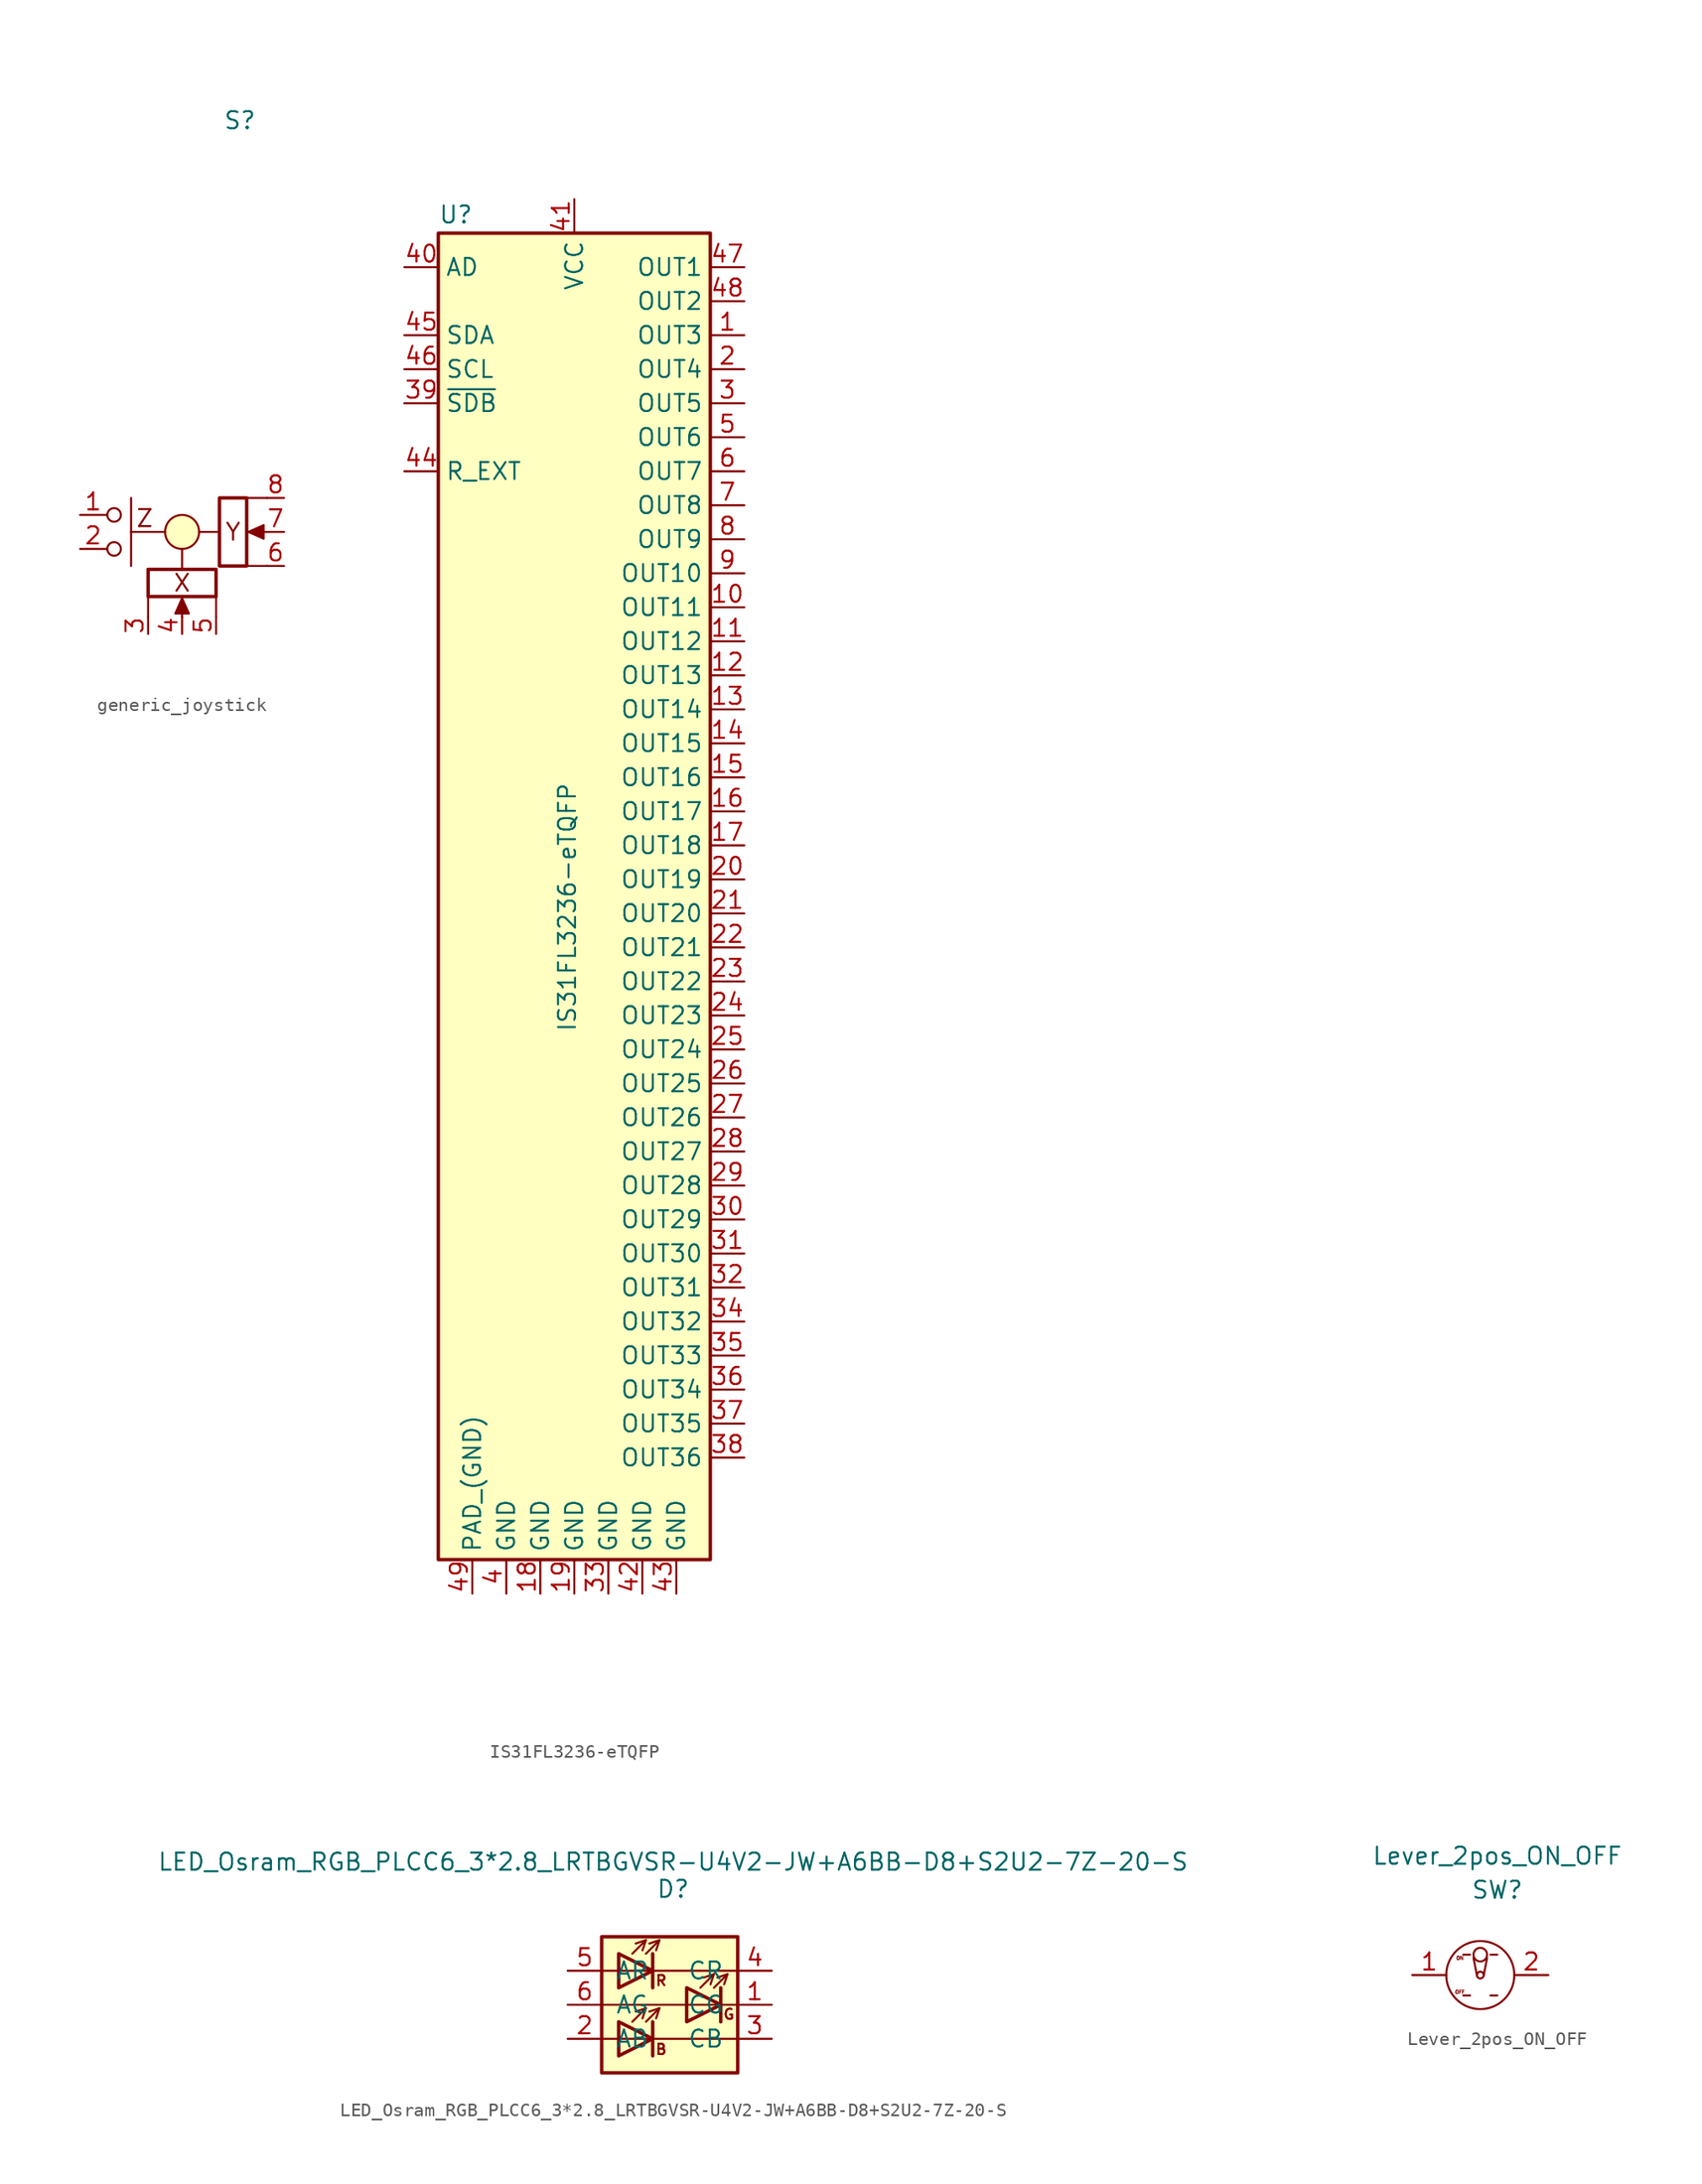
<source format=kicad_sym>
(kicad_symbol_lib
  (version 20231120)
  (generator "kicad_symbol_editor")
  (generator_version "8.0")
  (symbol "generic_joystick"
    (property "Reference" "S"
      (at 4.318 30.734 0)
      (effects (font (size 1.27 1.27))))
    (property "Value" ""
      (at 0 0 0)
      (effects (font (size 1.27 1.27))))
    (symbol "generic_joystick_0_1"
      (circle (center -5.08 -1.27) (radius 0.508) (stroke (width 0) (type default)) (fill (type none)))
      (circle (center -5.08 1.27) (radius 0.508) (stroke (width 0) (type default)) (fill (type none)))
      (rectangle (start -2.54 -2.794) (end 2.54 -4.826) (stroke (width 0.254) (type default)) (fill (type none)))
      (polyline (pts (xy -3.81 -2.54) (xy -3.81 2.54)) (stroke (width 0) (type default)) (fill (type none)))
      (polyline (pts (xy -3.81 0) (xy -1.27 0)) (stroke (width 0) (type default)) (fill (type none)))
      (polyline (pts (xy -2.54 -6.35) (xy -2.54 -3.81)) (stroke (width 0) (type default)) (fill (type none)))
      (polyline (pts (xy 0 -6.35) (xy 0 -5.334)) (stroke (width 0) (type default)) (fill (type none)))
      (polyline (pts (xy 2.54 -6.35) (xy 2.54 -3.81)) (stroke (width 0) (type default)) (fill (type none)))
      (polyline (pts (xy 6.35 -2.54) (xy 3.81 -2.54)) (stroke (width 0) (type default)) (fill (type none)))
      (polyline (pts (xy 6.35 0) (xy 5.334 0)) (stroke (width 0) (type default)) (fill (type none)))
      (polyline (pts (xy 6.35 2.54) (xy 3.81 2.54)) (stroke (width 0) (type default)) (fill (type none)))
      (polyline (pts (xy 0 -4.953) (xy 0.508 -6.096) (xy -0.508 -6.096) (xy 0 -4.953)) (stroke (width 0) (type default)) (fill (type outline)))
      (polyline (pts (xy 4.953 0) (xy 6.096 0.508) (xy 6.096 -0.508) (xy 4.953 0)) (stroke (width 0) (type default)) (fill (type outline)))
      (rectangle (start 4.826 2.54) (end 2.794 -2.54) (stroke (width 0.254) (type default)) (fill (type none))))
    (symbol "generic_joystick_1_1"
      (polyline (pts (xy 0 -1.27) (xy 0 -2.794)) (stroke (width 0) (type default)) (fill (type none)))
      (polyline (pts (xy 1.27 0) (xy 2.794 0)) (stroke (width 0) (type default)) (fill (type none)))
      (circle (center 0 0) (radius 1.27) (stroke (width 0) (type default)) (fill (type background)))
      (text "X" (at 0 -3.81 0) (effects (font (size 1.27 1.27))))
      (text "Y" (at 3.81 0 0) (effects (font (size 1.27 1.27))))
      (text "Z" (at -2.794 1.016 0) (effects (font (size 1.27 1.27))))
      (pin passive line (at -7.62 1.27 0) (length 1.95) (name "" (effects (font (size 1.27 1.27)))) (number "1" (effects (font (size 1.27 1.27)))))
      (pin passive line (at -7.62 -1.27 0) (length 1.95) (name "" (effects (font (size 1.27 1.27)))) (number "2" (effects (font (size 1.27 1.27)))))
      (pin passive line (at -2.54 -7.62 90) (length 1.27) (name "" (effects (font (size 1.27 1.27)))) (number "3" (effects (font (size 1.27 1.27)))))
      (pin passive line (at 0 -7.62 90) (length 1.27) (name "" (effects (font (size 1.27 1.27)))) (number "4" (effects (font (size 1.27 1.27)))))
      (pin passive line (at 2.54 -7.62 90) (length 1.27) (name "" (effects (font (size 1.27 1.27)))) (number "5" (effects (font (size 1.27 1.27)))))
      (pin passive line (at 7.62 -2.54 180) (length 1.27) (name "" (effects (font (size 1.27 1.27)))) (number "6" (effects (font (size 1.27 1.27)))))
      (pin passive line (at 7.62 0 180) (length 1.27) (name "" (effects (font (size 1.27 1.27)))) (number "7" (effects (font (size 1.27 1.27)))))
      (pin passive line (at 7.62 2.54 180) (length 1.27) (name "" (effects (font (size 1.27 1.27)))) (number "8" (effects (font (size 1.27 1.27)))))))
  (symbol "IS31FL3236-eTQFP"
    (property "Reference" "U"
      (at -10.16 26.035 0)
      (effects (font (size 1.27 1.27)) (justify left bottom)))
    (property "Value" "IS31FL3236-eTQFP"
      (at -1.27 -34.29 90)
      (effects (font (size 1.27 1.27)) (justify left top)))
    (symbol "IS31FL3236-eTQFP_0_1"
      (rectangle (start -10.16 25.4) (end 10.16 -73.66) (stroke (width 0.254) (type default)) (fill (type background))))
    (symbol "IS31FL3236-eTQFP_1_1"
      (pin open_collector line (at 12.7 17.78 180) (length 2.54) (name "OUT3" (effects (font (size 1.27 1.27)))) (number "1" (effects (font (size 1.27 1.27)))))
      (pin open_collector line (at 12.7 -2.54 180) (length 2.54) (name "OUT11" (effects (font (size 1.27 1.27)))) (number "10" (effects (font (size 1.27 1.27)))))
      (pin open_collector line (at 12.7 -5.08 180) (length 2.54) (name "OUT12" (effects (font (size 1.27 1.27)))) (number "11" (effects (font (size 1.27 1.27)))))
      (pin open_collector line (at 12.7 -7.62 180) (length 2.54) (name "OUT13" (effects (font (size 1.27 1.27)))) (number "12" (effects (font (size 1.27 1.27)))))
      (pin open_collector line (at 12.7 -10.16 180) (length 2.54) (name "OUT14" (effects (font (size 1.27 1.27)))) (number "13" (effects (font (size 1.27 1.27)))))
      (pin open_collector line (at 12.7 -12.7 180) (length 2.54) (name "OUT15" (effects (font (size 1.27 1.27)))) (number "14" (effects (font (size 1.27 1.27)))))
      (pin open_collector line (at 12.7 -15.24 180) (length 2.54) (name "OUT16" (effects (font (size 1.27 1.27)))) (number "15" (effects (font (size 1.27 1.27)))))
      (pin open_collector line (at 12.7 -17.78 180) (length 2.54) (name "OUT17" (effects (font (size 1.27 1.27)))) (number "16" (effects (font (size 1.27 1.27)))))
      (pin open_collector line (at 12.7 -20.32 180) (length 2.54) (name "OUT18" (effects (font (size 1.27 1.27)))) (number "17" (effects (font (size 1.27 1.27)))))
      (pin power_in line (at -2.54 -76.2 90) (length 2.54) (name "GND" (effects (font (size 1.27 1.27)))) (number "18" (effects (font (size 1.27 1.27)))))
      (pin power_in line (at 0 -76.2 90) (length 2.54) (name "GND" (effects (font (size 1.27 1.27)))) (number "19" (effects (font (size 1.27 1.27)))))
      (pin open_collector line (at 12.7 15.24 180) (length 2.54) (name "OUT4" (effects (font (size 1.27 1.27)))) (number "2" (effects (font (size 1.27 1.27)))))
      (pin open_collector line (at 12.7 -22.86 180) (length 2.54) (name "OUT19" (effects (font (size 1.27 1.27)))) (number "20" (effects (font (size 1.27 1.27)))))
      (pin open_collector line (at 12.7 -25.4 180) (length 2.54) (name "OUT20" (effects (font (size 1.27 1.27)))) (number "21" (effects (font (size 1.27 1.27)))))
      (pin open_collector line (at 12.7 -27.94 180) (length 2.54) (name "OUT21" (effects (font (size 1.27 1.27)))) (number "22" (effects (font (size 1.27 1.27)))))
      (pin open_collector line (at 12.7 -30.48 180) (length 2.54) (name "OUT22" (effects (font (size 1.27 1.27)))) (number "23" (effects (font (size 1.27 1.27)))))
      (pin open_collector line (at 12.7 -33.02 180) (length 2.54) (name "OUT23" (effects (font (size 1.27 1.27)))) (number "24" (effects (font (size 1.27 1.27)))))
      (pin open_collector line (at 12.7 -35.56 180) (length 2.54) (name "OUT24" (effects (font (size 1.27 1.27)))) (number "25" (effects (font (size 1.27 1.27)))))
      (pin open_collector line (at 12.7 -38.1 180) (length 2.54) (name "OUT25" (effects (font (size 1.27 1.27)))) (number "26" (effects (font (size 1.27 1.27)))))
      (pin open_collector line (at 12.7 -40.64 180) (length 2.54) (name "OUT26" (effects (font (size 1.27 1.27)))) (number "27" (effects (font (size 1.27 1.27)))))
      (pin open_collector line (at 12.7 -43.18 180) (length 2.54) (name "OUT27" (effects (font (size 1.27 1.27)))) (number "28" (effects (font (size 1.27 1.27)))))
      (pin open_collector line (at 12.7 -45.72 180) (length 2.54) (name "OUT28" (effects (font (size 1.27 1.27)))) (number "29" (effects (font (size 1.27 1.27)))))
      (pin open_collector line (at 12.7 12.7 180) (length 2.54) (name "OUT5" (effects (font (size 1.27 1.27)))) (number "3" (effects (font (size 1.27 1.27)))))
      (pin open_collector line (at 12.7 -48.26 180) (length 2.54) (name "OUT29" (effects (font (size 1.27 1.27)))) (number "30" (effects (font (size 1.27 1.27)))))
      (pin open_collector line (at 12.7 -50.8 180) (length 2.54) (name "OUT30" (effects (font (size 1.27 1.27)))) (number "31" (effects (font (size 1.27 1.27)))))
      (pin open_collector line (at 12.7 -53.34 180) (length 2.54) (name "OUT31" (effects (font (size 1.27 1.27)))) (number "32" (effects (font (size 1.27 1.27)))))
      (pin power_in line (at 2.54 -76.2 90) (length 2.54) (name "GND" (effects (font (size 1.27 1.27)))) (number "33" (effects (font (size 1.27 1.27)))))
      (pin open_collector line (at 12.7 -55.88 180) (length 2.54) (name "OUT32" (effects (font (size 1.27 1.27)))) (number "34" (effects (font (size 1.27 1.27)))))
      (pin open_collector line (at 12.7 -58.42 180) (length 2.54) (name "OUT33" (effects (font (size 1.27 1.27)))) (number "35" (effects (font (size 1.27 1.27)))))
      (pin open_collector line (at 12.7 -60.96 180) (length 2.54) (name "OUT34" (effects (font (size 1.27 1.27)))) (number "36" (effects (font (size 1.27 1.27)))))
      (pin open_collector line (at 12.7 -63.5 180) (length 2.54) (name "OUT35" (effects (font (size 1.27 1.27)))) (number "37" (effects (font (size 1.27 1.27)))))
      (pin open_collector line (at 12.7 -66.04 180) (length 2.54) (name "OUT36" (effects (font (size 1.27 1.27)))) (number "38" (effects (font (size 1.27 1.27)))))
      (pin input line (at -12.7 12.7 0) (length 2.54) (name "~{SDB}" (effects (font (size 1.27 1.27)))) (number "39" (effects (font (size 1.27 1.27)))))
      (pin power_in line (at -5.08 -76.2 90) (length 2.54) (name "GND" (effects (font (size 1.27 1.27)))) (number "4" (effects (font (size 1.27 1.27)))))
      (pin passive line (at -12.7 22.86 0) (length 2.54) (name "AD" (effects (font (size 1.27 1.27)))) (number "40" (effects (font (size 1.27 1.27)))))
      (pin power_in line (at 0 27.94 270) (length 2.54) (name "VCC" (effects (font (size 1.27 1.27)))) (number "41" (effects (font (size 1.27 1.27)))))
      (pin power_in line (at 5.08 -76.2 90) (length 2.54) (name "GND" (effects (font (size 1.27 1.27)))) (number "42" (effects (font (size 1.27 1.27)))))
      (pin power_in line (at 7.62 -76.2 90) (length 2.54) (name "GND" (effects (font (size 1.27 1.27)))) (number "43" (effects (font (size 1.27 1.27)))))
      (pin passive line (at -12.7 7.62 0) (length 2.54) (name "R_EXT" (effects (font (size 1.27 1.27)))) (number "44" (effects (font (size 1.27 1.27)))))
      (pin bidirectional line (at -12.7 17.78 0) (length 2.54) (name "SDA" (effects (font (size 1.27 1.27)))) (number "45" (effects (font (size 1.27 1.27)))))
      (pin input line (at -12.7 15.24 0) (length 2.54) (name "SCL" (effects (font (size 1.27 1.27)))) (number "46" (effects (font (size 1.27 1.27)))))
      (pin open_collector line (at 12.7 22.86 180) (length 2.54) (name "OUT1" (effects (font (size 1.27 1.27)))) (number "47" (effects (font (size 1.27 1.27)))))
      (pin open_collector line (at 12.7 20.32 180) (length 2.54) (name "OUT2" (effects (font (size 1.27 1.27)))) (number "48" (effects (font (size 1.27 1.27)))))
      (pin passive line (at -7.62 -76.2 90) (length 2.54) (name "PAD_(GND)" (effects (font (size 1.27 1.27)))) (number "49" (effects (font (size 1.27 1.27)))))
      (pin open_collector line (at 12.7 10.16 180) (length 2.54) (name "OUT6" (effects (font (size 1.27 1.27)))) (number "5" (effects (font (size 1.27 1.27)))))
      (pin open_collector line (at 12.7 7.62 180) (length 2.54) (name "OUT7" (effects (font (size 1.27 1.27)))) (number "6" (effects (font (size 1.27 1.27)))))
      (pin open_collector line (at 12.7 5.08 180) (length 2.54) (name "OUT8" (effects (font (size 1.27 1.27)))) (number "7" (effects (font (size 1.27 1.27)))))
      (pin open_collector line (at 12.7 2.54 180) (length 2.54) (name "OUT9" (effects (font (size 1.27 1.27)))) (number "8" (effects (font (size 1.27 1.27)))))
      (pin open_collector line (at 12.7 0 180) (length 2.54) (name "OUT10" (effects (font (size 1.27 1.27)))) (number "9" (effects (font (size 1.27 1.27)))))))
  (symbol "LED_Osram_RGB_PLCC6_3*2.8_LRTBGVSR-U4V2-JW+A6BB-D8+S2U2-7Z-20-S"
    (pin_names
      (offset 1.016))
    (property "Reference" "D"
      (at -0.254 6.858 0)
      (effects (font (size 1.27 1.27))))
    (property "Value" "LED_Osram_RGB_PLCC6_3*2.8_LRTBGVSR-U4V2-JW+A6BB-D8+S2U2-7Z-20-S"
      (at -0.254 8.89 0)
      (effects (font (size 1.27 1.27))))
    (symbol "LED_Osram_RGB_PLCC6_3*2.8_LRTBGVSR-U4V2-JW+A6BB-D8+S2U2-7Z-20-S_1_1"
      (rectangle (start -5.588 3.302) (end 4.572 -6.858) (stroke (width 0.254) (type default)) (fill (type background)))
      (polyline (pts (xy -5.588 -4.318) (xy 4.572 -4.318)) (stroke (width 0) (type default)) (fill (type none)))
      (polyline (pts (xy -5.588 -1.778) (xy 4.572 -1.778)) (stroke (width 0) (type default)) (fill (type none)))
      (polyline (pts (xy -5.588 0.762) (xy 4.572 0.762)) (stroke (width 0) (type default)) (fill (type none)))
      (polyline (pts (xy -3.302 -3.048) (xy -2.286 -2.032)) (stroke (width 0) (type default)) (fill (type none)))
      (polyline (pts (xy -3.302 2.032) (xy -2.286 3.048)) (stroke (width 0) (type default)) (fill (type none)))
      (polyline (pts (xy -2.286 -3.048) (xy -1.27 -2.032)) (stroke (width 0) (type default)) (fill (type none)))
      (polyline (pts (xy -2.286 2.032) (xy -1.27 3.048)) (stroke (width 0) (type default)) (fill (type none)))
      (polyline (pts (xy -1.778 -3.048) (xy -1.778 -5.588)) (stroke (width 0.254) (type default)) (fill (type none)))
      (polyline (pts (xy -1.778 2.032) (xy -1.778 -0.508)) (stroke (width 0.254) (type default)) (fill (type none)))
      (polyline (pts (xy 1.778 -0.508) (xy 2.794 0.508)) (stroke (width 0) (type default)) (fill (type none)))
      (polyline (pts (xy 2.794 -0.508) (xy 3.81 0.508)) (stroke (width 0) (type default)) (fill (type none)))
      (polyline (pts (xy 3.302 -0.508) (xy 3.302 -3.048)) (stroke (width 0.254) (type default)) (fill (type none)))
      (polyline (pts (xy -3.048 2.794) (xy -2.286 3.048) (xy -2.54 2.286)) (stroke (width 0) (type default)) (fill (type none)))
      (polyline (pts (xy -2.54 -2.794) (xy -2.286 -2.032) (xy -3.048 -2.286)) (stroke (width 0) (type default)) (fill (type none)))
      (polyline (pts (xy -2.032 -2.286) (xy -1.27 -2.032) (xy -1.524 -2.794)) (stroke (width 0) (type default)) (fill (type none)))
      (polyline (pts (xy -2.032 2.794) (xy -1.27 3.048) (xy -1.524 2.286)) (stroke (width 0) (type default)) (fill (type none)))
      (polyline (pts (xy 2.54 -0.254) (xy 2.794 0.508) (xy 2.032 0.254)) (stroke (width 0) (type default)) (fill (type none)))
      (polyline (pts (xy 3.048 0.254) (xy 3.81 0.508) (xy 3.556 -0.254)) (stroke (width 0) (type default)) (fill (type none)))
      (polyline (pts (xy -4.318 -3.048) (xy -4.318 -5.588) (xy -1.778 -4.318) (xy -4.318 -3.048)) (stroke (width 0.254) (type default)) (fill (type none)))
      (polyline (pts (xy -4.318 2.032) (xy -4.318 -0.508) (xy -1.778 0.762) (xy -4.318 2.032)) (stroke (width 0.254) (type default)) (fill (type none)))
      (polyline (pts (xy 0.762 -0.508) (xy 0.762 -3.048) (xy 3.302 -1.778) (xy 0.762 -0.508)) (stroke (width 0.254) (type default)) (fill (type none)))
      (text "B" (at -1.143 -5.105 0) (effects (font (size 0.762 0.762))))
      (text "G" (at 3.912 -2.489 0) (effects (font (size 0.762 0.762))))
      (text "R" (at -1.143 0.025 0) (effects (font (size 0.762 0.762))))
      (pin passive line (at 7.112 -1.778 180) (length 2.54) (name "CG" (effects (font (size 1.27 1.27)))) (number "1" (effects (font (size 1.27 1.27)))))
      (pin passive line (at -8.128 -4.318 0) (length 2.54) (name "AB" (effects (font (size 1.27 1.27)))) (number "2" (effects (font (size 1.27 1.27)))))
      (pin passive line (at 7.112 -4.318 180) (length 2.54) (name "CB" (effects (font (size 1.27 1.27)))) (number "3" (effects (font (size 1.27 1.27)))))
      (pin passive line (at 7.112 0.762 180) (length 2.54) (name "CR" (effects (font (size 1.27 1.27)))) (number "4" (effects (font (size 1.27 1.27)))))
      (pin passive line (at -8.128 0.762 0) (length 2.54) (name "AR" (effects (font (size 1.27 1.27)))) (number "5" (effects (font (size 1.27 1.27)))))
      (pin passive line (at -8.128 -1.778 0) (length 2.54) (name "AG" (effects (font (size 1.27 1.27)))) (number "6" (effects (font (size 1.27 1.27)))))))
  (symbol "Lever_2pos_ON_OFF"
    (pin_names
      (offset 1.016))
    (property "Reference" "SW"
      (at 0 0 0)
      (effects (font (size 1.27 1.27))))
    (property "Value" "Lever_2pos_ON_OFF"
      (at 0 2.54 0)
      (effects (font (size 1.27 1.27))))
    (symbol "Lever_2pos_ON_OFF_0_0"
      (text "OFF" (at -2.794 -7.62 0) (effects (font (size 0.254 0.254))))
      (text "ON" (at -2.794 -5.08 0) (effects (font (size 0.254 0.254)))))
    (symbol "Lever_2pos_ON_OFF_0_1"
      (circle (center -1.27 -6.35) (radius 0.254) (stroke (width 0) (type default)) (fill (type none)))
      (circle (center -1.27 -6.35) (radius 2.54) (stroke (width 0) (type default)) (fill (type none)))
      (circle (center -1.27 -4.826) (radius 0.508) (stroke (width 0) (type default)) (fill (type none)))
      (polyline (pts (xy -2.54 -7.874) (xy -2.032 -7.874)) (stroke (width 0) (type default)) (fill (type none)))
      (polyline (pts (xy -2.54 -4.826) (xy -2.032 -4.826)) (stroke (width 0) (type default)) (fill (type none)))
      (polyline (pts (xy -1.778 -5.08) (xy -1.524 -6.35)) (stroke (width 0) (type default)) (fill (type none)))
      (polyline (pts (xy -1.016 -6.35) (xy -0.762 -5.08)) (stroke (width 0) (type default)) (fill (type none)))
      (polyline (pts (xy -0.508 -7.874) (xy 0 -7.874)) (stroke (width 0) (type default)) (fill (type none)))
      (polyline (pts (xy -0.508 -4.826) (xy 0 -4.826)) (stroke (width 0) (type default)) (fill (type none))))
    (symbol "Lever_2pos_ON_OFF_1_1"
      (pin passive line (at -6.35 -6.35 0) (length 2.54) (name "~" (effects (font (size 1.27 1.27)))) (number "1" (effects (font (size 1.27 1.27)))))
      (pin passive line (at 3.81 -6.35 180) (length 2.54) (name "~" (effects (font (size 1.27 1.27)))) (number "2" (effects (font (size 1.27 1.27))))))))
</source>
